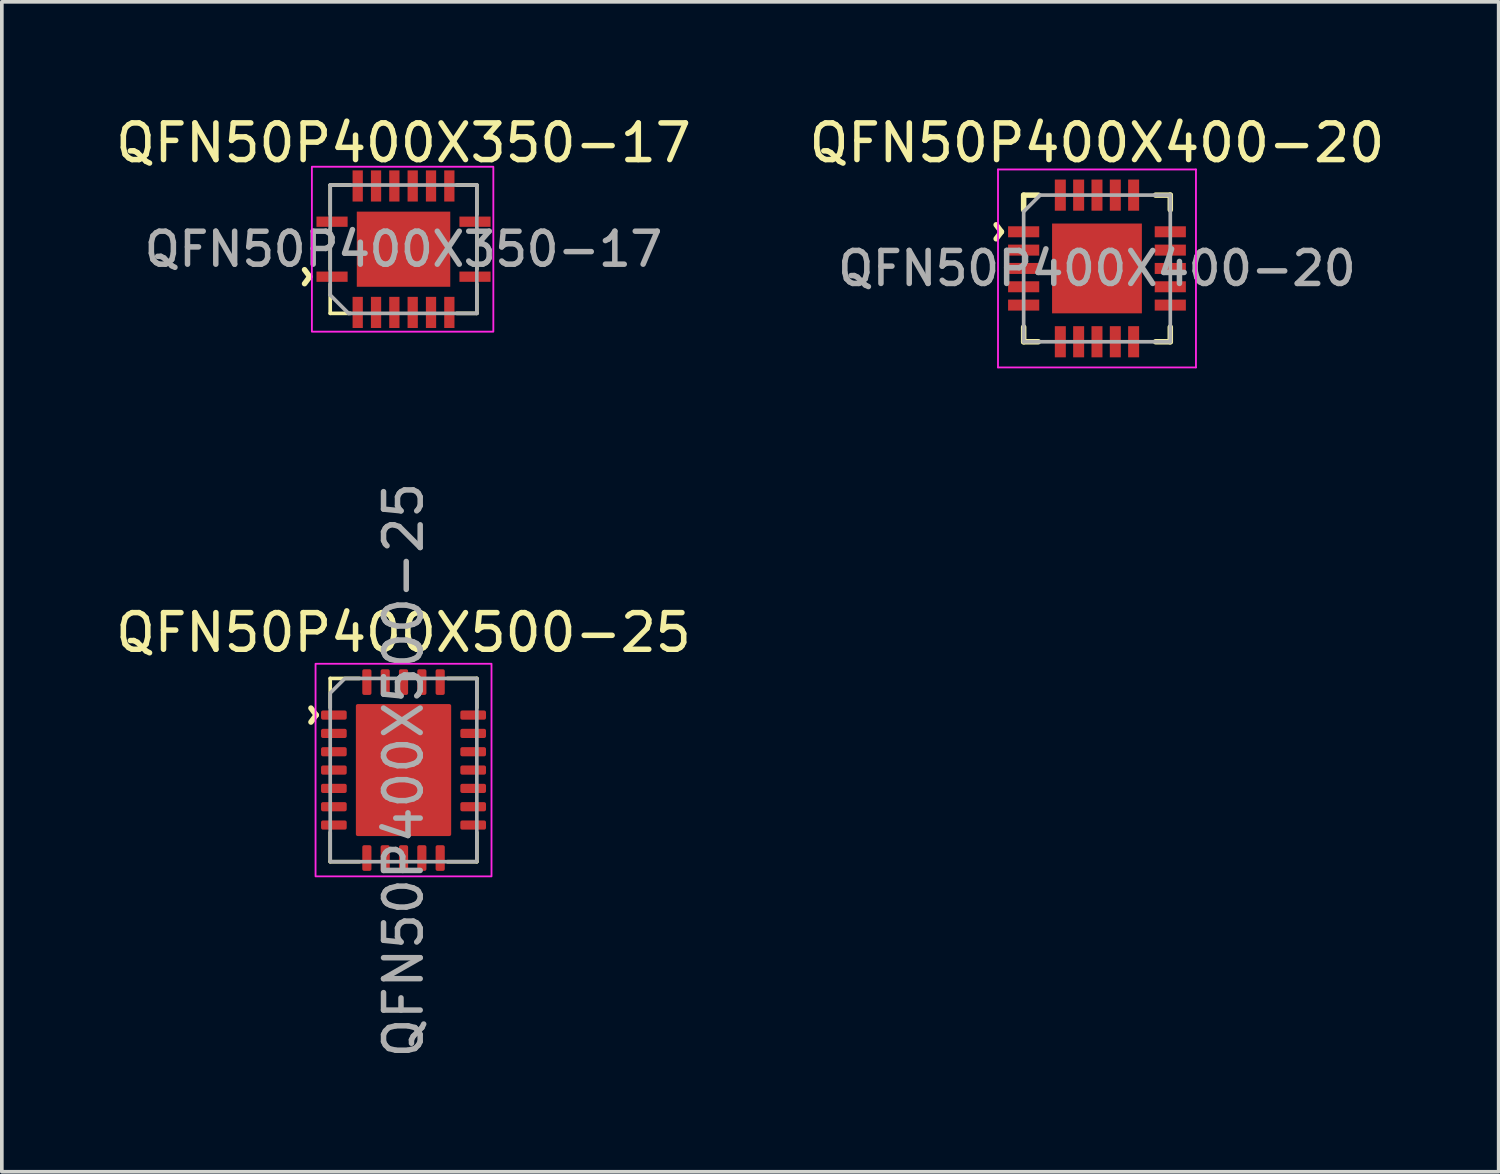
<source format=kicad_pcb>
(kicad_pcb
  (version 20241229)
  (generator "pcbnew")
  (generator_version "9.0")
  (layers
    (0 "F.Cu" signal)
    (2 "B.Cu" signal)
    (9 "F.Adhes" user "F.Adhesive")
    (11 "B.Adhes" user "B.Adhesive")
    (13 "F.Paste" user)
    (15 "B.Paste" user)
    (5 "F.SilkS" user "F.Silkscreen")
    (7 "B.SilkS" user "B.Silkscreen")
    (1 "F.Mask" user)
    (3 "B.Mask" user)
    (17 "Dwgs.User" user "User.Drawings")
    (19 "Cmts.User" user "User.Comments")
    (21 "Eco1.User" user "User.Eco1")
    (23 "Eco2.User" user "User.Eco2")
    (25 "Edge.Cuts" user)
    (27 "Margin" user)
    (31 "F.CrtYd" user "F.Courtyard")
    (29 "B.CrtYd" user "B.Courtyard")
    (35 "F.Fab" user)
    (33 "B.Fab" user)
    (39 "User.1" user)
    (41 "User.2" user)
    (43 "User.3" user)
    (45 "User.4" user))
  (footprint "QFN50P400X400-20"
    (layer "F.Cu")
    (at 26.875 4.273)
    (property "Reference" "QFN50P400X400-20" (at 0 -3.425 0) (layer "F.SilkS") (effects (font (size 1 1) (thickness 0.15))))
    (attr smd)
    (fp_line (start -2 -2) (end -1.6 -2) (stroke (width 0.15) (type solid)) (layer "F.SilkS"))
    (fp_line (start -2 -1.6) (end -2 -2) (stroke (width 0.15) (type solid)) (layer "F.SilkS"))
    (fp_line (start -2 2) (end -2 1.6) (stroke (width 0.15) (type solid)) (layer "F.SilkS"))
    (fp_line (start -1.6 2) (end -2 2) (stroke (width 0.15) (type solid)) (layer "F.SilkS"))
    (fp_line (start 1.6 -2) (end 2 -2) (stroke (width 0.15) (type solid)) (layer "F.SilkS"))
    (fp_line (start 1.6 2) (end 2 2) (stroke (width 0.15) (type solid)) (layer "F.SilkS"))
    (fp_line (start 2 -2) (end 2 -1.6) (stroke (width 0.15) (type solid)) (layer "F.SilkS"))
    (fp_line (start 2 2) (end 2 1.6) (stroke (width 0.15) (type solid)) (layer "F.SilkS"))
    (fp_rect (start -1.15 1.15) (end -0.25 0.25) (stroke (width 0.1) (type solid)) (fill yes) (layer "F.Paste"))
    (fp_rect (start -0.25 -0.25) (end -1.15 -1.15) (stroke (width 0.1) (type solid)) (fill yes) (layer "F.Paste"))
    (fp_rect (start 1.15 -1.15) (end 0.25 -0.25) (stroke (width 0.1) (type solid)) (fill yes) (layer "F.Paste"))
    (fp_rect (start 1.15 1.15) (end 0.25 0.25) (stroke (width 0.1) (type solid)) (fill yes) (layer "F.Paste"))
    (fp_line (start -2.7 -2.7) (end 2.7 -2.7) (stroke (width 0.05) (type solid)) (layer "F.CrtYd"))
    (fp_line (start -2.7 2.7) (end -2.7 -2.7) (stroke (width 0.05) (type solid)) (layer "F.CrtYd"))
    (fp_line (start 2.7 -2.7) (end 2.7 2.7) (stroke (width 0.05) (type solid)) (layer "F.CrtYd"))
    (fp_line (start 2.7 2.7) (end -2.7 2.7) (stroke (width 0.05) (type solid)) (layer "F.CrtYd"))
    (fp_line (start -2 -1.55) (end -2 2) (stroke (width 0.1) (type solid)) (layer "F.Fab"))
    (fp_line (start -2 2) (end 2 2) (stroke (width 0.1) (type solid)) (layer "F.Fab"))
    (fp_line (start -1.55 -2) (end -2 -1.55) (stroke (width 0.1) (type solid)) (layer "F.Fab"))
    (fp_line (start 2 -2) (end -1.55 -2) (stroke (width 0.1) (type solid)) (layer "F.Fab"))
    (fp_line (start 2 2) (end 2 -2) (stroke (width 0.1) (type solid)) (layer "F.Fab"))
    (fp_text user "^" (at -3.2 -1 270) (unlocked yes) (layer "F.SilkS") (effects (font (size 1 1) (thickness 0.15))))
    (fp_text user "${REFERENCE}" (at 0 0 0) (unlocked yes) (layer "F.Fab") (effects (font (size 0.9 0.9) (thickness 0.15))))
    (pad "1" smd rect (at -2 -1 90) (size 0.3 0.85) (layers "F.Cu" "F.Mask" "F.Paste"))
    (pad "2" smd rect (at -2 -0.5 90) (size 0.3 0.85) (layers "F.Cu" "F.Mask" "F.Paste"))
    (pad "3" smd rect (at -2 0 90) (size 0.3 0.85) (layers "F.Cu" "F.Mask" "F.Paste"))
    (pad "4" smd rect (at -2 0.5 90) (size 0.3 0.85) (layers "F.Cu" "F.Mask" "F.Paste"))
    (pad "5" smd rect (at -2 1 90) (size 0.3 0.85) (layers "F.Cu" "F.Mask" "F.Paste"))
    (pad "6" smd rect (at -1 2 180) (size 0.3 0.85) (layers "F.Cu" "F.Mask" "F.Paste"))
    (pad "7" smd rect (at -0.5 2) (size 0.3 0.85) (layers "F.Cu" "F.Mask" "F.Paste"))
    (pad "8" smd rect (at 0 2) (size 0.3 0.85) (layers "F.Cu" "F.Mask" "F.Paste"))
    (pad "9" smd rect (at 0.5 2) (size 0.3 0.85) (layers "F.Cu" "F.Mask" "F.Paste"))
    (pad "10" smd rect (at 1 2) (size 0.3 0.85) (layers "F.Cu" "F.Mask" "F.Paste"))
    (pad "11" smd rect (at 2 1 90) (size 0.3 0.85) (layers "F.Cu" "F.Mask" "F.Paste"))
    (pad "12" smd rect (at 2 0.5 90) (size 0.3 0.85) (layers "F.Cu" "F.Mask" "F.Paste"))
    (pad "13" smd rect (at 2 0 90) (size 0.3 0.85) (layers "F.Cu" "F.Mask" "F.Paste"))
    (pad "14" smd rect (at 2 -0.5 90) (size 0.3 0.85) (layers "F.Cu" "F.Mask" "F.Paste"))
    (pad "15" smd rect (at 2 -1 90) (size 0.3 0.85) (layers "F.Cu" "F.Mask" "F.Paste"))
    (pad "16" smd rect (at 1 -2 180) (size 0.3 0.85) (layers "F.Cu" "F.Mask" "F.Paste"))
    (pad "17" smd rect (at 0.5 -2 180) (size 0.3 0.85) (layers "F.Cu" "F.Mask" "F.Paste"))
    (pad "18" smd rect (at 0 -2 180) (size 0.3 0.85) (layers "F.Cu" "F.Mask" "F.Paste"))
    (pad "19" smd rect (at -0.5 -2) (size 0.3 0.85) (layers "F.Cu" "F.Mask" "F.Paste"))
    (pad "20" smd rect (at -1 -2) (size 0.3 0.85) (layers "F.Cu" "F.Mask" "F.Paste"))
    (pad "21" smd rect (at 0 0) (size 2.45 2.45) (layers "F.Cu" "F.Mask")))
  (footprint "QFN50P400X500-25"
    (layer "F.Cu")
    (at 7.958 17.957)
    (property "Reference" "QFN50P400X500-25" (at 0 -3.75 0) (layer "F.SilkS") (effects (font (size 1 1) (thickness 0.15))))
    (attr smd)
    (fp_line (start -2 -2.5) (end -2 -1.7) (stroke (width 0.1) (type solid)) (layer "F.SilkS"))
    (fp_line (start -2 -2.5) (end -1.2 -2.5) (stroke (width 0.1) (type solid)) (layer "F.SilkS"))
    (fp_line (start -2 2.5) (end -2 1.7) (stroke (width 0.1) (type solid)) (layer "F.SilkS"))
    (fp_line (start -2 2.5) (end -1.2 2.5) (stroke (width 0.1) (type solid)) (layer "F.SilkS"))
    (fp_line (start 2 -2.5) (end 1.2 -2.5) (stroke (width 0.1) (type solid)) (layer "F.SilkS"))
    (fp_line (start 2 -2.5) (end 2 -1.7) (stroke (width 0.1) (type solid)) (layer "F.SilkS"))
    (fp_line (start 2 2.5) (end 1.2 2.5) (stroke (width 0.1) (type solid)) (layer "F.SilkS"))
    (fp_line (start 2 2.5) (end 2 1.7) (stroke (width 0.1) (type solid)) (layer "F.SilkS"))
    (fp_rect (start 2.4 -2.9) (end -2.4 2.9) (stroke (width 0.05) (type default)) (fill no) (layer "F.CrtYd"))
    (fp_poly (pts (xy -1.6 -2.5) (xy 2 -2.5) (xy 2 2.5) (xy -2 2.5) (xy -2 -2.1)) (stroke (width 0.1) (type solid)) (fill no) (layer "F.Fab"))
    (fp_text user "^" (at -2.975 -1.5 270) (unlocked yes) (layer "F.SilkS") (effects (font (size 1 1) (thickness 0.15))))
    (fp_text user "${REFERENCE}" (at 0 0 90) (layer "F.Fab") (effects (font (size 1 1) (thickness 0.15))))
    (pad "" smd roundrect (at -0.75 -1.35) (size 1.1 0.9) (layers "F.Paste") (roundrect_rratio 0.056))
    (pad "" smd roundrect (at -0.75 0) (size 1.1 0.9) (layers "F.Paste") (roundrect_rratio 0.056))
    (pad "" smd roundrect (at -0.75 1.35) (size 1.1 0.9) (layers "F.Paste") (roundrect_rratio 0.056))
    (pad "" smd roundrect (at 0.75 -1.35) (size 1.1 0.9) (layers "F.Paste") (roundrect_rratio 0.056))
    (pad "" smd roundrect (at 0.75 0) (size 1.1 0.9) (layers "F.Paste") (roundrect_rratio 0.056))
    (pad "" smd roundrect (at 0.75 1.35) (size 1.1 0.9) (layers "F.Paste") (roundrect_rratio 0.056))
    (pad "1" smd roundrect (at -1.9 -1.5) (size 0.7 0.25) (layers "F.Cu" "F.Mask" "F.Paste") (roundrect_rratio 0.2))
    (pad "2" smd roundrect (at -1.9 -1) (size 0.7 0.25) (layers "F.Cu" "F.Mask" "F.Paste") (roundrect_rratio 0.2))
    (pad "3" smd roundrect (at -1.9 -0.5) (size 0.7 0.25) (layers "F.Cu" "F.Mask" "F.Paste") (roundrect_rratio 0.2))
    (pad "4" smd roundrect (at -1.9 0) (size 0.7 0.25) (layers "F.Cu" "F.Mask" "F.Paste") (roundrect_rratio 0.2))
    (pad "5" smd roundrect (at -1.9 0.5) (size 0.7 0.25) (layers "F.Cu" "F.Mask" "F.Paste") (roundrect_rratio 0.2))
    (pad "6" smd roundrect (at -1.9 1) (size 0.7 0.25) (layers "F.Cu" "F.Mask" "F.Paste") (roundrect_rratio 0.2))
    (pad "7" smd roundrect (at -1.9 1.5) (size 0.7 0.25) (layers "F.Cu" "F.Mask" "F.Paste") (roundrect_rratio 0.2))
    (pad "8" smd roundrect (at -1 2.4 90) (size 0.7 0.25) (layers "F.Cu" "F.Mask" "F.Paste") (roundrect_rratio 0.2))
    (pad "9" smd roundrect (at -0.5 2.4 90) (size 0.7 0.25) (layers "F.Cu" "F.Mask" "F.Paste") (roundrect_rratio 0.2))
    (pad "10" smd roundrect (at 0 2.4 90) (size 0.7 0.25) (layers "F.Cu" "F.Mask" "F.Paste") (roundrect_rratio 0.2))
    (pad "11" smd roundrect (at 0.5 2.4 90) (size 0.7 0.25) (layers "F.Cu" "F.Mask" "F.Paste") (roundrect_rratio 0.2))
    (pad "12" smd roundrect (at 1 2.4 90) (size 0.7 0.25) (layers "F.Cu" "F.Mask" "F.Paste") (roundrect_rratio 0.2))
    (pad "13" smd roundrect (at 1.9 1.5) (size 0.7 0.25) (layers "F.Cu" "F.Mask" "F.Paste") (roundrect_rratio 0.2))
    (pad "14" smd roundrect (at 1.9 1) (size 0.7 0.25) (layers "F.Cu" "F.Mask" "F.Paste") (roundrect_rratio 0.2))
    (pad "15" smd roundrect (at 1.9 0.5) (size 0.7 0.25) (layers "F.Cu" "F.Mask" "F.Paste") (roundrect_rratio 0.2))
    (pad "16" smd roundrect (at 1.9 0) (size 0.7 0.25) (layers "F.Cu" "F.Mask" "F.Paste") (roundrect_rratio 0.2))
    (pad "17" smd roundrect (at 1.9 -0.5) (size 0.7 0.25) (layers "F.Cu" "F.Mask" "F.Paste") (roundrect_rratio 0.2))
    (pad "18" smd roundrect (at 1.9 -1) (size 0.7 0.25) (layers "F.Cu" "F.Mask" "F.Paste") (roundrect_rratio 0.2))
    (pad "19" smd roundrect (at 1.9 -1.5) (size 0.7 0.25) (layers "F.Cu" "F.Mask" "F.Paste") (roundrect_rratio 0.2))
    (pad "20" smd roundrect (at 1 -2.4 90) (size 0.7 0.25) (layers "F.Cu" "F.Mask" "F.Paste") (roundrect_rratio 0.2))
    (pad "21" smd roundrect (at 0.5 -2.4 90) (size 0.7 0.25) (layers "F.Cu" "F.Mask" "F.Paste") (roundrect_rratio 0.2))
    (pad "22" smd roundrect (at 0 -2.4 90) (size 0.7 0.25) (layers "F.Cu" "F.Mask" "F.Paste") (roundrect_rratio 0.2))
    (pad "23" smd roundrect (at -0.5 -2.4 90) (size 0.7 0.25) (layers "F.Cu" "F.Mask" "F.Paste") (roundrect_rratio 0.2))
    (pad "24" smd roundrect (at -1 -2.4 90) (size 0.7 0.25) (layers "F.Cu" "F.Mask" "F.Paste") (roundrect_rratio 0.2))
    (pad "25" smd roundrect (at 0 0) (size 2.6 3.6) (layers "F.Cu" "F.Mask") (roundrect_rratio 0.019)))
  (footprint "QFN50P400X350-17"
    (layer "F.Cu")
    (at 7.958 3.748)
    (property "Reference" "QFN50P400X350-17" (at 0 -2.9 0) (unlocked yes) (layer "F.SilkS") (effects (font (size 1 1) (thickness 0.15))))
    (fp_line (start -2 -1.75) (end -2 -0.95) (stroke (width 0.1) (type solid)) (layer "F.SilkS"))
    (fp_line (start -2 -0.55) (end -2 0.55) (stroke (width 0.1) (type solid)) (layer "F.SilkS"))
    (fp_line (start -2 0.95) (end -2 1.75) (stroke (width 0.1) (type solid)) (layer "F.SilkS"))
    (fp_line (start -2 1.75) (end -1.45 1.75) (stroke (width 0.1) (type solid)) (layer "F.SilkS"))
    (fp_line (start -1.45 -1.75) (end -2 -1.75) (stroke (width 0.1) (type solid)) (layer "F.SilkS"))
    (fp_line (start 2 -1.75) (end 1.45 -1.75) (stroke (width 0.1) (type solid)) (layer "F.SilkS"))
    (fp_line (start 2 -0.95) (end 2 -1.75) (stroke (width 0.1) (type solid)) (layer "F.SilkS"))
    (fp_line (start 2 -0.55) (end 2 0.55) (stroke (width 0.1) (type solid)) (layer "F.SilkS"))
    (fp_line (start 2 0.95) (end 2 1.75) (stroke (width 0.1) (type solid)) (layer "F.SilkS"))
    (fp_line (start 2 1.75) (end 1.45 1.75) (stroke (width 0.1) (type solid)) (layer "F.SilkS"))
    (fp_rect (start -1.2 -0.95) (end -0.25 -0.25) (stroke (width 0.12) (type solid)) (fill yes) (layer "F.Paste"))
    (fp_rect (start -1.2 0.25) (end -0.25 0.95) (stroke (width 0.12) (type solid)) (fill yes) (layer "F.Paste"))
    (fp_rect (start 0.25 -0.95) (end 1.2 -0.25) (stroke (width 0.12) (type solid)) (fill yes) (layer "F.Paste"))
    (fp_rect (start 0.25 0.25) (end 1.2 0.95) (stroke (width 0.12) (type solid)) (fill yes) (layer "F.Paste"))
    (fp_rect (start -2.5 -2.25) (end 2.45 2.25) (stroke (width 0.05) (type solid)) (fill no) (layer "F.CrtYd"))
    (fp_line (start -2 -1.75) (end 2 -1.75) (stroke (width 0.1) (type solid)) (layer "F.Fab"))
    (fp_line (start -2 1.25) (end -2 -1.75) (stroke (width 0.1) (type solid)) (layer "F.Fab"))
    (fp_line (start -2 1.25) (end -1.5 1.75) (stroke (width 0.1) (type solid)) (layer "F.Fab"))
    (fp_line (start 2 -1.75) (end 2 1.75) (stroke (width 0.1) (type solid)) (layer "F.Fab"))
    (fp_line (start 2 1.75) (end -1.5 1.75) (stroke (width 0.1) (type solid)) (layer "F.Fab"))
    (fp_text user "^" (at -3.15 0.75 270) (unlocked yes) (layer "F.SilkS") (effects (font (size 1 1) (thickness 0.15))))
    (fp_text user "${REFERENCE}" (at 0 0 0) (unlocked yes) (layer "F.Fab") (effects (font (size 0.9 0.9) (thickness 0.15))))
    (pad "1" smd rect (at -1.95 0.75 90) (size 0.28 0.85) (layers "F.Cu" "F.Mask" "F.Paste"))
    (pad "2" smd rect (at -1.25 1.725) (size 0.28 0.85) (layers "F.Cu" "F.Mask" "F.Paste"))
    (pad "3" smd rect (at -0.75 1.725) (size 0.28 0.85) (layers "F.Cu" "F.Mask" "F.Paste"))
    (pad "4" smd rect (at -0.25 1.725) (size 0.28 0.85) (layers "F.Cu" "F.Mask" "F.Paste"))
    (pad "5" smd rect (at 0.25 1.725) (size 0.28 0.85) (layers "F.Cu" "F.Mask" "F.Paste"))
    (pad "6" smd rect (at 0.75 1.725) (size 0.28 0.85) (layers "F.Cu" "F.Mask" "F.Paste"))
    (pad "7" smd rect (at 1.25 1.725) (size 0.28 0.85) (layers "F.Cu" "F.Mask" "F.Paste"))
    (pad "8" smd rect (at 1.95 0.75 90) (size 0.28 0.85) (layers "F.Cu" "F.Mask" "F.Paste"))
    (pad "9" smd rect (at 1.95 -0.75 90) (size 0.28 0.85) (layers "F.Cu" "F.Mask" "F.Paste"))
    (pad "10" smd rect (at 1.25 -1.725 180) (size 0.28 0.85) (layers "F.Cu" "F.Mask" "F.Paste"))
    (pad "11" smd rect (at 0.75 -1.725 180) (size 0.28 0.85) (layers "F.Cu" "F.Mask" "F.Paste"))
    (pad "12" smd rect (at 0.25 -1.725 180) (size 0.28 0.85) (layers "F.Cu" "F.Mask" "F.Paste"))
    (pad "13" smd rect (at -0.25 -1.725 180) (size 0.28 0.85) (layers "F.Cu" "F.Mask" "F.Paste"))
    (pad "14" smd rect (at -0.75 -1.725 180) (size 0.28 0.85) (layers "F.Cu" "F.Mask" "F.Paste"))
    (pad "15" smd rect (at -1.25 -1.725 180) (size 0.28 0.85) (layers "F.Cu" "F.Mask" "F.Paste"))
    (pad "16" smd rect (at -1.95 -0.75 270) (size 0.28 0.85) (layers "F.Cu" "F.Mask" "F.Paste"))
    (pad "17" smd rect (at 0 0) (size 2.55 2.05) (layers "F.Cu" "F.Mask")))
  (gr_rect
    (start -3 -3)
    (end 37.833 28.915)
    (stroke (width 0.1) (type default))
    (fill no)
    (layer "Edge.Cuts")))
</source>
